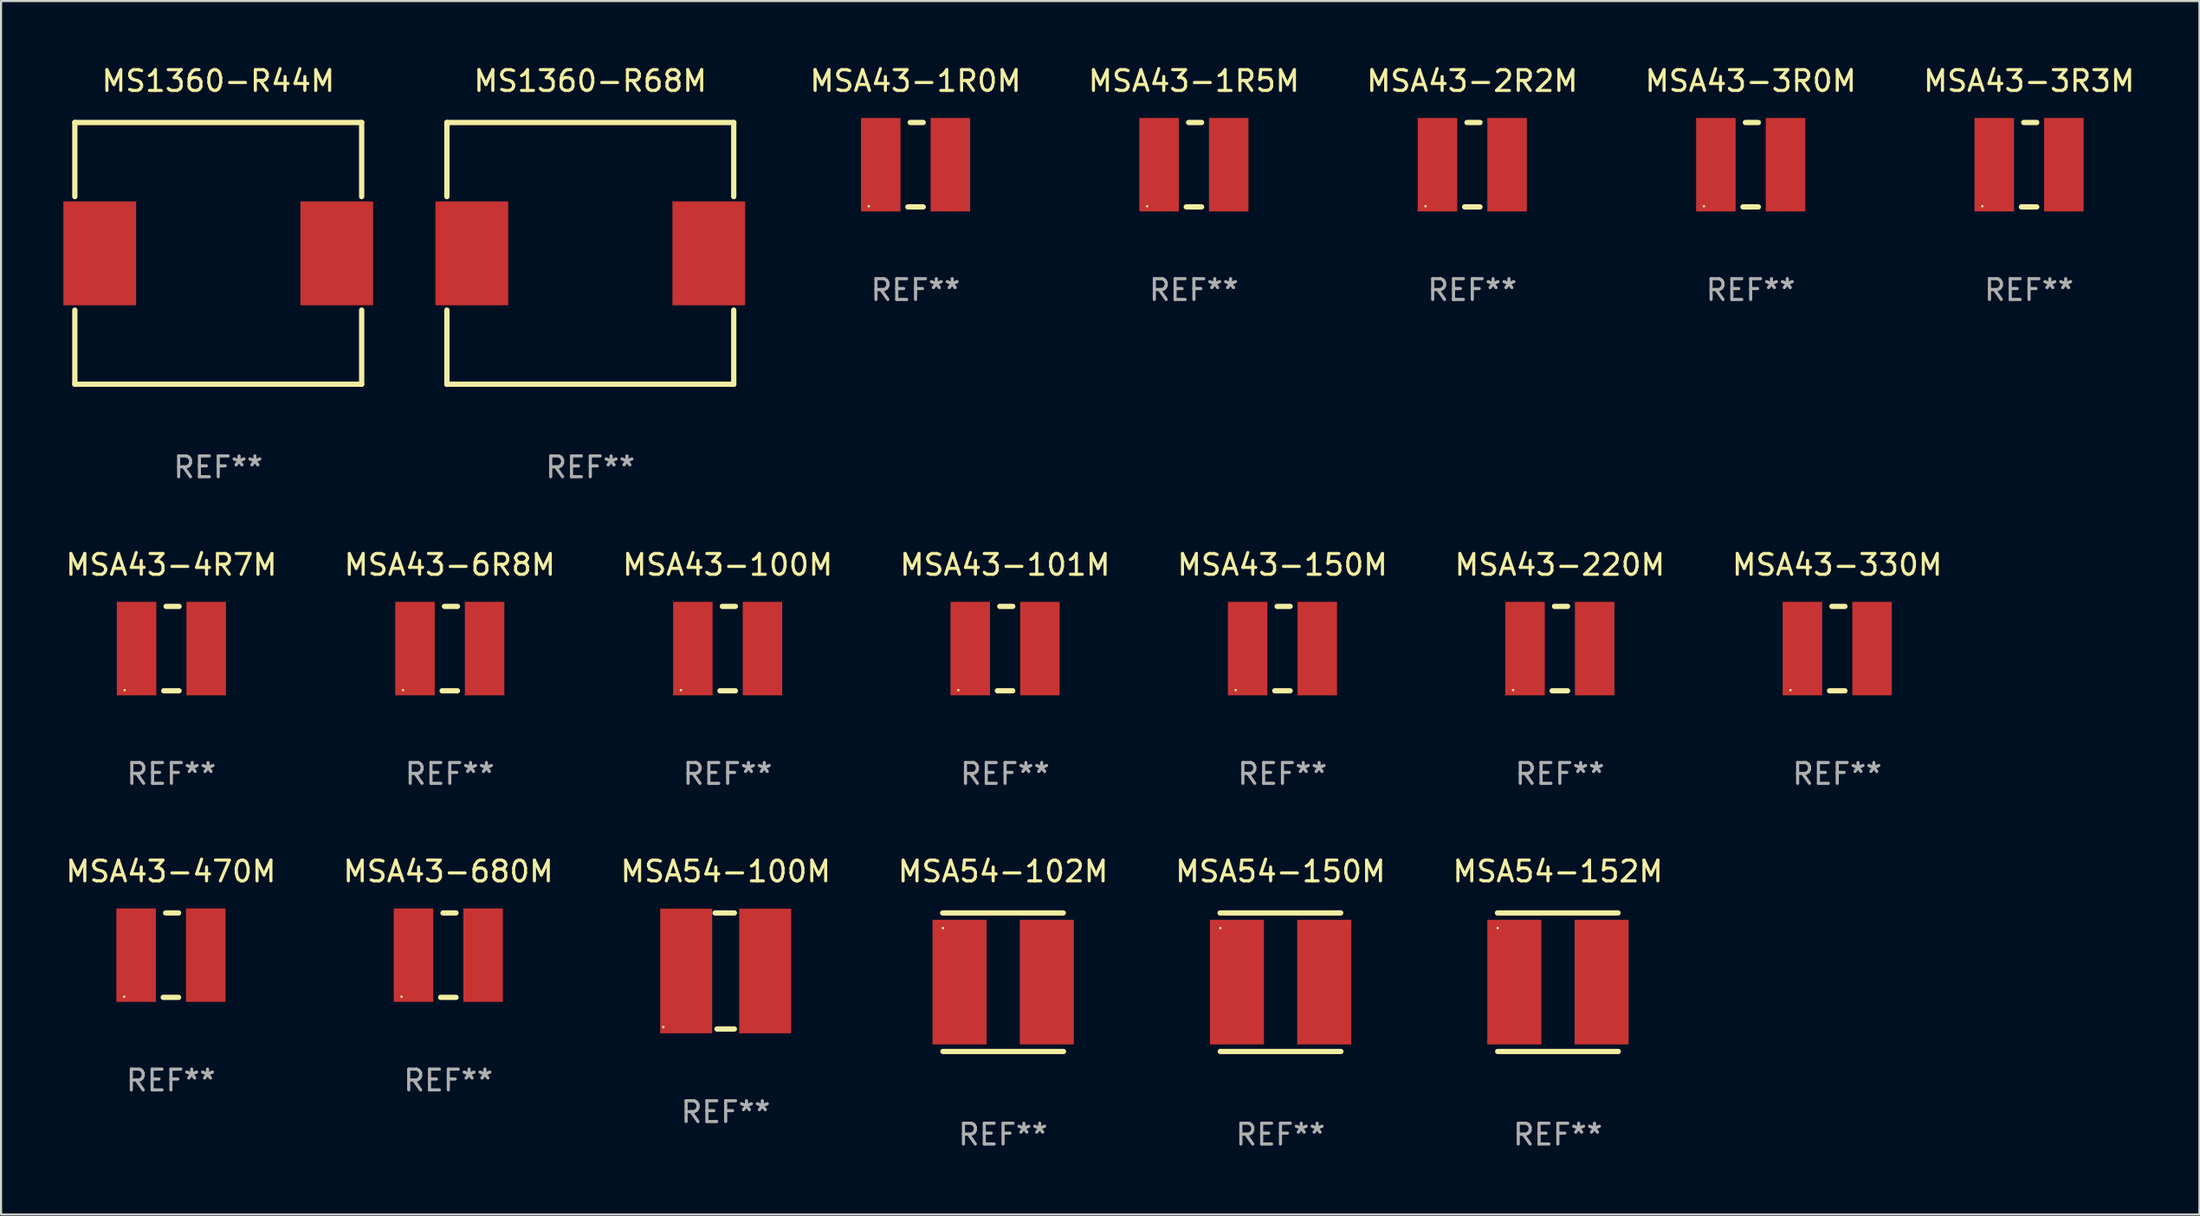
<source format=kicad_pcb>
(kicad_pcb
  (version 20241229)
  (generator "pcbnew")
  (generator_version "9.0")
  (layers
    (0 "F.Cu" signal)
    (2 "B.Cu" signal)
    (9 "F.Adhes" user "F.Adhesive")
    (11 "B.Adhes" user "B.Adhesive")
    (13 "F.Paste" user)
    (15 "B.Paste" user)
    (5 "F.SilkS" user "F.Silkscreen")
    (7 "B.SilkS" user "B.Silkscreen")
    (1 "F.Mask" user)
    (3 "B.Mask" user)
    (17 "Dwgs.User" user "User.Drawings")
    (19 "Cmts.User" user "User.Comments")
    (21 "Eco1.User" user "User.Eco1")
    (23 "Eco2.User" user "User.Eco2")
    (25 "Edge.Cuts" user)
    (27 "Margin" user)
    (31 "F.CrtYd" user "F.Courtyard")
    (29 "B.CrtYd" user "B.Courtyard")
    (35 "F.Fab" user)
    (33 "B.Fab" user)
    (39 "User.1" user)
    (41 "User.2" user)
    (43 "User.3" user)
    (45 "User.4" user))
  (footprint "MSA43-330M"
    (layer "F.Cu")
    (at 85.339 28.177)
    (property "Reference" "MSA43-330M" (at 0 -4.032 0) (layer "F.SilkS") (effects (font (size 1 1) (thickness 0.15))))
    (attr through_hole)
    (fp_line (start -0.369 2.032) (end 0.369 2.032) (stroke (width 0.254) (type solid)) (layer "F.SilkS"))
    (fp_line (start -0.254 -2.032) (end 0.369 -2.032) (stroke (width 0.254) (type solid)) (layer "F.SilkS"))
    (fp_circle (center -2.25 2) (end -2.22 2) (stroke (width 0.06) (type solid)) (fill no) (layer "F.SilkS"))
    (fp_text user "REF**" (at 0 6.032 0) (layer "F.Fab") (effects (font (size 1 1) (thickness 0.15))))
    (pad "1" smd rect (at -1.675 0 90) (size 4.5 1.9) (layers "F.Cu" "F.Mask" "F.Paste"))
    (pad "2" smd rect (at 1.675 0 90) (size 4.5 1.9) (layers "F.Cu" "F.Mask" "F.Paste")))
  (footprint "MSA43-101M"
    (layer "F.Cu")
    (at 45.304 28.177)
    (property "Reference" "MSA43-101M" (at 0 -4.032 0) (layer "F.SilkS") (effects (font (size 1 1) (thickness 0.15))))
    (attr through_hole)
    (fp_line (start -0.369 2.032) (end 0.369 2.032) (stroke (width 0.254) (type solid)) (layer "F.SilkS"))
    (fp_line (start -0.254 -2.032) (end 0.369 -2.032) (stroke (width 0.254) (type solid)) (layer "F.SilkS"))
    (fp_circle (center -2.25 2) (end -2.22 2) (stroke (width 0.06) (type solid)) (fill no) (layer "F.SilkS"))
    (fp_text user "REF**" (at 0 6.032 0) (layer "F.Fab") (effects (font (size 1 1) (thickness 0.15))))
    (pad "1" smd rect (at -1.675 0 90) (size 4.5 1.9) (layers "F.Cu" "F.Mask" "F.Paste"))
    (pad "2" smd rect (at 1.675 0 90) (size 4.5 1.9) (layers "F.Cu" "F.Mask" "F.Paste")))
  (footprint "MSA43-6R8M"
    (layer "F.Cu")
    (at 18.589 28.177)
    (property "Reference" "MSA43-6R8M" (at 0 -4.032 0) (layer "F.SilkS") (effects (font (size 1 1) (thickness 0.15))))
    (attr through_hole)
    (fp_line (start -0.369 2.032) (end 0.369 2.032) (stroke (width 0.254) (type solid)) (layer "F.SilkS"))
    (fp_line (start -0.254 -2.032) (end 0.369 -2.032) (stroke (width 0.254) (type solid)) (layer "F.SilkS"))
    (fp_circle (center -2.25 2) (end -2.22 2) (stroke (width 0.06) (type solid)) (fill no) (layer "F.SilkS"))
    (fp_text user "REF**" (at 0 6.032 0) (layer "F.Fab") (effects (font (size 1 1) (thickness 0.15))))
    (pad "1" smd rect (at -1.675 0 90) (size 4.5 1.9) (layers "F.Cu" "F.Mask" "F.Paste"))
    (pad "2" smd rect (at 1.675 0 90) (size 4.5 1.9) (layers "F.Cu" "F.Mask" "F.Paste")))
  (footprint "MSA43-220M"
    (layer "F.Cu")
    (at 71.994 28.177)
    (property "Reference" "MSA43-220M" (at 0 -4.032 0) (layer "F.SilkS") (effects (font (size 1 1) (thickness 0.15))))
    (attr through_hole)
    (fp_line (start -0.369 2.032) (end 0.369 2.032) (stroke (width 0.254) (type solid)) (layer "F.SilkS"))
    (fp_line (start -0.254 -2.032) (end 0.369 -2.032) (stroke (width 0.254) (type solid)) (layer "F.SilkS"))
    (fp_circle (center -2.25 2) (end -2.22 2) (stroke (width 0.06) (type solid)) (fill no) (layer "F.SilkS"))
    (fp_text user "REF**" (at 0 6.032 0) (layer "F.Fab") (effects (font (size 1 1) (thickness 0.15))))
    (pad "1" smd rect (at -1.675 0 90) (size 4.5 1.9) (layers "F.Cu" "F.Mask" "F.Paste"))
    (pad "2" smd rect (at 1.675 0 90) (size 4.5 1.9) (layers "F.Cu" "F.Mask" "F.Paste")))
  (footprint "MSA43-470M"
    (layer "F.Cu")
    (at 5.173 42.937)
    (property "Reference" "MSA43-470M" (at 0 -4.032 0) (layer "F.SilkS") (effects (font (size 1 1) (thickness 0.15))))
    (attr through_hole)
    (fp_line (start -0.369 2.032) (end 0.369 2.032) (stroke (width 0.254) (type solid)) (layer "F.SilkS"))
    (fp_line (start -0.254 -2.032) (end 0.369 -2.032) (stroke (width 0.254) (type solid)) (layer "F.SilkS"))
    (fp_circle (center -2.25 2) (end -2.22 2) (stroke (width 0.06) (type solid)) (fill no) (layer "F.SilkS"))
    (fp_text user "REF**" (at 0 6.032 0) (layer "F.Fab") (effects (font (size 1 1) (thickness 0.15))))
    (pad "1" smd rect (at -1.675 0 90) (size 4.5 1.9) (layers "F.Cu" "F.Mask" "F.Paste"))
    (pad "2" smd rect (at 1.675 0 90) (size 4.5 1.9) (layers "F.Cu" "F.Mask" "F.Paste")))
  (footprint "MSA43-100M"
    (layer "F.Cu")
    (at 31.958 28.177)
    (property "Reference" "MSA43-100M" (at 0 -4.032 0) (layer "F.SilkS") (effects (font (size 1 1) (thickness 0.15))))
    (attr through_hole)
    (fp_line (start -0.369 2.032) (end 0.369 2.032) (stroke (width 0.254) (type solid)) (layer "F.SilkS"))
    (fp_line (start -0.254 -2.032) (end 0.369 -2.032) (stroke (width 0.254) (type solid)) (layer "F.SilkS"))
    (fp_circle (center -2.25 2) (end -2.22 2) (stroke (width 0.06) (type solid)) (fill no) (layer "F.SilkS"))
    (fp_text user "REF**" (at 0 6.032 0) (layer "F.Fab") (effects (font (size 1 1) (thickness 0.15))))
    (pad "1" smd rect (at -1.675 0 90) (size 4.5 1.9) (layers "F.Cu" "F.Mask" "F.Paste"))
    (pad "2" smd rect (at 1.675 0 90) (size 4.5 1.9) (layers "F.Cu" "F.Mask" "F.Paste")))
  (footprint "MSA43-150M"
    (layer "F.Cu")
    (at 58.649 28.177)
    (property "Reference" "MSA43-150M" (at 0 -4.032 0) (layer "F.SilkS") (effects (font (size 1 1) (thickness 0.15))))
    (attr through_hole)
    (fp_line (start -0.369 2.032) (end 0.369 2.032) (stroke (width 0.254) (type solid)) (layer "F.SilkS"))
    (fp_line (start -0.254 -2.032) (end 0.369 -2.032) (stroke (width 0.254) (type solid)) (layer "F.SilkS"))
    (fp_circle (center -2.25 2) (end -2.22 2) (stroke (width 0.06) (type solid)) (fill no) (layer "F.SilkS"))
    (fp_text user "REF**" (at 0 6.032 0) (layer "F.Fab") (effects (font (size 1 1) (thickness 0.15))))
    (pad "1" smd rect (at -1.675 0 90) (size 4.5 1.9) (layers "F.Cu" "F.Mask" "F.Paste"))
    (pad "2" smd rect (at 1.675 0 90) (size 4.5 1.9) (layers "F.Cu" "F.Mask" "F.Paste")))
  (footprint "MSA43-2R2M"
    (layer "F.Cu")
    (at 67.782 4.88)
    (property "Reference" "MSA43-2R2M" (at 0 -4.032 0) (layer "F.SilkS") (effects (font (size 1 1) (thickness 0.15))))
    (attr through_hole)
    (fp_line (start -0.369 2.032) (end 0.369 2.032) (stroke (width 0.254) (type solid)) (layer "F.SilkS"))
    (fp_line (start -0.254 -2.032) (end 0.369 -2.032) (stroke (width 0.254) (type solid)) (layer "F.SilkS"))
    (fp_circle (center -2.25 2) (end -2.22 2) (stroke (width 0.06) (type solid)) (fill no) (layer "F.SilkS"))
    (fp_text user "REF**" (at 0 6.032 0) (layer "F.Fab") (effects (font (size 1 1) (thickness 0.15))))
    (pad "1" smd rect (at -1.675 0 90) (size 4.5 1.9) (layers "F.Cu" "F.Mask" "F.Paste"))
    (pad "2" smd rect (at 1.675 0 90) (size 4.5 1.9) (layers "F.Cu" "F.Mask" "F.Paste")))
  (footprint "MSA43-3R0M"
    (layer "F.Cu")
    (at 81.175 4.88)
    (property "Reference" "MSA43-3R0M" (at 0 -4.032 0) (layer "F.SilkS") (effects (font (size 1 1) (thickness 0.15))))
    (attr through_hole)
    (fp_line (start -0.369 2.032) (end 0.369 2.032) (stroke (width 0.254) (type solid)) (layer "F.SilkS"))
    (fp_line (start -0.254 -2.032) (end 0.369 -2.032) (stroke (width 0.254) (type solid)) (layer "F.SilkS"))
    (fp_circle (center -2.25 2) (end -2.22 2) (stroke (width 0.06) (type solid)) (fill no) (layer "F.SilkS"))
    (fp_text user "REF**" (at 0 6.032 0) (layer "F.Fab") (effects (font (size 1 1) (thickness 0.15))))
    (pad "1" smd rect (at -1.675 0 90) (size 4.5 1.9) (layers "F.Cu" "F.Mask" "F.Paste"))
    (pad "2" smd rect (at 1.675 0 90) (size 4.5 1.9) (layers "F.Cu" "F.Mask" "F.Paste")))
  (footprint "MSA54-150M"
    (layer "F.Cu")
    (at 58.554 44.24)
    (property "Reference" "MSA54-150M" (at 0 -5.335 0) (layer "F.SilkS") (effects (font (size 1 1) (thickness 0.15))))
    (attr through_hole)
    (fp_line (start -2.905 -3.335) (end 2.895 -3.335) (stroke (width 0.254) (type solid)) (layer "F.SilkS"))
    (fp_line (start 2.905 3.335) (end -2.895 3.335) (stroke (width 0.254) (type solid)) (layer "F.SilkS"))
    (fp_circle (center -2.895 -2.605) (end -2.865 -2.605) (stroke (width 0.06) (type solid)) (fill no) (layer "F.SilkS"))
    (fp_text user "REF**" (at 0 7.335 0) (layer "F.Fab") (effects (font (size 1 1) (thickness 0.15))))
    (pad "1" smd rect (at -2.095 -0.005 90) (size 6 2.6) (layers "F.Cu" "F.Mask" "F.Paste"))
    (pad "2" smd rect (at 2.105 -0.005 90) (size 6 2.6) (layers "F.Cu" "F.Mask" "F.Paste")))
  (footprint "MSA54-152M"
    (layer "F.Cu")
    (at 71.899 44.24)
    (property "Reference" "MSA54-152M" (at 0 -5.335 0) (layer "F.SilkS") (effects (font (size 1 1) (thickness 0.15))))
    (attr through_hole)
    (fp_line (start -2.905 -3.335) (end 2.895 -3.335) (stroke (width 0.254) (type solid)) (layer "F.SilkS"))
    (fp_line (start 2.905 3.335) (end -2.895 3.335) (stroke (width 0.254) (type solid)) (layer "F.SilkS"))
    (fp_circle (center -2.895 -2.605) (end -2.865 -2.605) (stroke (width 0.06) (type solid)) (fill no) (layer "F.SilkS"))
    (fp_text user "REF**" (at 0 7.335 0) (layer "F.Fab") (effects (font (size 1 1) (thickness 0.15))))
    (pad "1" smd rect (at -2.095 -0.005 90) (size 6 2.6) (layers "F.Cu" "F.Mask" "F.Paste"))
    (pad "2" smd rect (at 2.105 -0.005 90) (size 6 2.6) (layers "F.Cu" "F.Mask" "F.Paste")))
  (footprint "MSA54-100M"
    (layer "F.Cu")
    (at 31.863 43.699)
    (property "Reference" "MSA54-100M" (at 0 -4.794 0) (layer "F.SilkS") (effects (font (size 1 1) (thickness 0.15))))
    (attr through_hole)
    (fp_line (start -0.508 -2.794) (end 0.419 -2.794) (stroke (width 0.254) (type solid)) (layer "F.SilkS"))
    (fp_line (start -0.419 2.794) (end 0.419 2.794) (stroke (width 0.254) (type solid)) (layer "F.SilkS"))
    (fp_circle (center -3 2.7) (end -2.97 2.7) (stroke (width 0.06) (type solid)) (fill no) (layer "F.SilkS"))
    (fp_text user "REF**" (at 0 6.794 0) (layer "F.Fab") (effects (font (size 1 1) (thickness 0.15))))
    (pad "1" smd rect (at -1.9 0) (size 2.5 6) (layers "F.Cu" "F.Mask" "F.Paste"))
    (pad "2" smd rect (at 1.9 0) (size 2.5 6) (layers "F.Cu" "F.Mask" "F.Paste")))
  (footprint "MSA43-680M"
    (layer "F.Cu")
    (at 18.518 42.937)
    (property "Reference" "MSA43-680M" (at 0 -4.032 0) (layer "F.SilkS") (effects (font (size 1 1) (thickness 0.15))))
    (attr through_hole)
    (fp_line (start -0.369 2.032) (end 0.369 2.032) (stroke (width 0.254) (type solid)) (layer "F.SilkS"))
    (fp_line (start -0.254 -2.032) (end 0.369 -2.032) (stroke (width 0.254) (type solid)) (layer "F.SilkS"))
    (fp_circle (center -2.25 2) (end -2.22 2) (stroke (width 0.06) (type solid)) (fill no) (layer "F.SilkS"))
    (fp_text user "REF**" (at 0 6.032 0) (layer "F.Fab") (effects (font (size 1 1) (thickness 0.15))))
    (pad "1" smd rect (at -1.675 0 90) (size 4.5 1.9) (layers "F.Cu" "F.Mask" "F.Paste"))
    (pad "2" smd rect (at 1.675 0 90) (size 4.5 1.9) (layers "F.Cu" "F.Mask" "F.Paste")))
  (footprint "MSA43-4R7M"
    (layer "F.Cu")
    (at 5.196 28.177)
    (property "Reference" "MSA43-4R7M" (at 0 -4.032 0) (layer "F.SilkS") (effects (font (size 1 1) (thickness 0.15))))
    (attr through_hole)
    (fp_line (start -0.369 2.032) (end 0.369 2.032) (stroke (width 0.254) (type solid)) (layer "F.SilkS"))
    (fp_line (start -0.254 -2.032) (end 0.369 -2.032) (stroke (width 0.254) (type solid)) (layer "F.SilkS"))
    (fp_circle (center -2.25 2) (end -2.22 2) (stroke (width 0.06) (type solid)) (fill no) (layer "F.SilkS"))
    (fp_text user "REF**" (at 0 6.032 0) (layer "F.Fab") (effects (font (size 1 1) (thickness 0.15))))
    (pad "1" smd rect (at -1.675 0 90) (size 4.5 1.9) (layers "F.Cu" "F.Mask" "F.Paste"))
    (pad "2" smd rect (at 1.675 0 90) (size 4.5 1.9) (layers "F.Cu" "F.Mask" "F.Paste")))
  (footprint "MSA43-1R5M"
    (layer "F.Cu")
    (at 54.389 4.88)
    (property "Reference" "MSA43-1R5M" (at 0 -4.032 0) (layer "F.SilkS") (effects (font (size 1 1) (thickness 0.15))))
    (attr through_hole)
    (fp_line (start -0.369 2.032) (end 0.369 2.032) (stroke (width 0.254) (type solid)) (layer "F.SilkS"))
    (fp_line (start -0.254 -2.032) (end 0.369 -2.032) (stroke (width 0.254) (type solid)) (layer "F.SilkS"))
    (fp_circle (center -2.25 2) (end -2.22 2) (stroke (width 0.06) (type solid)) (fill no) (layer "F.SilkS"))
    (fp_text user "REF**" (at 0 6.032 0) (layer "F.Fab") (effects (font (size 1 1) (thickness 0.15))))
    (pad "1" smd rect (at -1.675 0 90) (size 4.5 1.9) (layers "F.Cu" "F.Mask" "F.Paste"))
    (pad "2" smd rect (at 1.675 0 90) (size 4.5 1.9) (layers "F.Cu" "F.Mask" "F.Paste")))
  (footprint "MS1360-R68M"
    (layer "F.Cu")
    (at 25.35 9.148)
    (property "Reference" "MS1360-R68M" (at 0 -8.3 0) (layer "F.SilkS") (effects (font (size 1 1) (thickness 0.15))))
    (attr through_hole)
    (fp_line (start -6.9 -6.3) (end -6.9 -2.731) (stroke (width 0.254) (type solid)) (layer "F.SilkS"))
    (fp_line (start -6.9 -6.3) (end 6.9 -6.3) (stroke (width 0.254) (type solid)) (layer "F.SilkS"))
    (fp_line (start -6.9 2.731) (end -6.9 6.3) (stroke (width 0.254) (type solid)) (layer "F.SilkS"))
    (fp_line (start 6.9 -6.3) (end 6.9 -2.731) (stroke (width 0.254) (type solid)) (layer "F.SilkS"))
    (fp_line (start 6.9 2.731) (end 6.9 6.3) (stroke (width 0.254) (type solid)) (layer "F.SilkS"))
    (fp_line (start 6.9 6.3) (end -6.9 6.3) (stroke (width 0.254) (type solid)) (layer "F.SilkS"))
    (fp_circle (center -6.825 6.3) (end -6.795 6.3) (stroke (width 0.06) (type solid)) (fill no) (layer "F.SilkS"))
    (fp_text user "REF**" (at 0 10.3 0) (layer "F.Fab") (effects (font (size 1 1) (thickness 0.15))))
    (pad "1" smd rect (at -5.7 0 90) (size 5 3.5) (layers "F.Cu" "F.Mask" "F.Paste"))
    (pad "2" smd rect (at 5.7 0 90) (size 5 3.5) (layers "F.Cu" "F.Mask" "F.Paste")))
  (footprint "MSA43-3R3M"
    (layer "F.Cu")
    (at 94.568 4.88)
    (property "Reference" "MSA43-3R3M" (at 0 -4.032 0) (layer "F.SilkS") (effects (font (size 1 1) (thickness 0.15))))
    (attr through_hole)
    (fp_line (start -0.369 2.032) (end 0.369 2.032) (stroke (width 0.254) (type solid)) (layer "F.SilkS"))
    (fp_line (start -0.254 -2.032) (end 0.369 -2.032) (stroke (width 0.254) (type solid)) (layer "F.SilkS"))
    (fp_circle (center -2.25 2) (end -2.22 2) (stroke (width 0.06) (type solid)) (fill no) (layer "F.SilkS"))
    (fp_text user "REF**" (at 0 6.032 0) (layer "F.Fab") (effects (font (size 1 1) (thickness 0.15))))
    (pad "1" smd rect (at -1.675 0 90) (size 4.5 1.9) (layers "F.Cu" "F.Mask" "F.Paste"))
    (pad "2" smd rect (at 1.675 0 90) (size 4.5 1.9) (layers "F.Cu" "F.Mask" "F.Paste")))
  (footprint "MSA43-1R0M"
    (layer "F.Cu")
    (at 40.997 4.88)
    (property "Reference" "MSA43-1R0M" (at 0 -4.032 0) (layer "F.SilkS") (effects (font (size 1 1) (thickness 0.15))))
    (attr through_hole)
    (fp_line (start -0.369 2.032) (end 0.369 2.032) (stroke (width 0.254) (type solid)) (layer "F.SilkS"))
    (fp_line (start -0.254 -2.032) (end 0.369 -2.032) (stroke (width 0.254) (type solid)) (layer "F.SilkS"))
    (fp_circle (center -2.25 2) (end -2.22 2) (stroke (width 0.06) (type solid)) (fill no) (layer "F.SilkS"))
    (fp_text user "REF**" (at 0 6.032 0) (layer "F.Fab") (effects (font (size 1 1) (thickness 0.15))))
    (pad "1" smd rect (at -1.675 0 90) (size 4.5 1.9) (layers "F.Cu" "F.Mask" "F.Paste"))
    (pad "2" smd rect (at 1.675 0 90) (size 4.5 1.9) (layers "F.Cu" "F.Mask" "F.Paste")))
  (footprint "MS1360-R44M"
    (layer "F.Cu")
    (at 7.45 9.148)
    (property "Reference" "MS1360-R44M" (at 0 -8.3 0) (layer "F.SilkS") (effects (font (size 1 1) (thickness 0.15))))
    (attr through_hole)
    (fp_line (start -6.9 -6.3) (end -6.9 -2.731) (stroke (width 0.254) (type solid)) (layer "F.SilkS"))
    (fp_line (start -6.9 -6.3) (end 6.9 -6.3) (stroke (width 0.254) (type solid)) (layer "F.SilkS"))
    (fp_line (start -6.9 2.731) (end -6.9 6.3) (stroke (width 0.254) (type solid)) (layer "F.SilkS"))
    (fp_line (start 6.9 -6.3) (end 6.9 -2.731) (stroke (width 0.254) (type solid)) (layer "F.SilkS"))
    (fp_line (start 6.9 2.731) (end 6.9 6.3) (stroke (width 0.254) (type solid)) (layer "F.SilkS"))
    (fp_line (start 6.9 6.3) (end -6.9 6.3) (stroke (width 0.254) (type solid)) (layer "F.SilkS"))
    (fp_circle (center -6.825 6.3) (end -6.795 6.3) (stroke (width 0.06) (type solid)) (fill no) (layer "F.SilkS"))
    (fp_text user "REF**" (at 0 10.3 0) (layer "F.Fab") (effects (font (size 1 1) (thickness 0.15))))
    (pad "1" smd rect (at -5.7 0 90) (size 5 3.5) (layers "F.Cu" "F.Mask" "F.Paste"))
    (pad "2" smd rect (at 5.7 0 90) (size 5 3.5) (layers "F.Cu" "F.Mask" "F.Paste")))
  (footprint "MSA54-102M"
    (layer "F.Cu")
    (at 45.208 44.24)
    (property "Reference" "MSA54-102M" (at 0 -5.335 0) (layer "F.SilkS") (effects (font (size 1 1) (thickness 0.15))))
    (attr through_hole)
    (fp_line (start -2.905 -3.335) (end 2.895 -3.335) (stroke (width 0.254) (type solid)) (layer "F.SilkS"))
    (fp_line (start 2.905 3.335) (end -2.895 3.335) (stroke (width 0.254) (type solid)) (layer "F.SilkS"))
    (fp_circle (center -2.895 -2.605) (end -2.865 -2.605) (stroke (width 0.06) (type solid)) (fill no) (layer "F.SilkS"))
    (fp_text user "REF**" (at 0 7.335 0) (layer "F.Fab") (effects (font (size 1 1) (thickness 0.15))))
    (pad "1" smd rect (at -2.095 -0.005 90) (size 6 2.6) (layers "F.Cu" "F.Mask" "F.Paste"))
    (pad "2" smd rect (at 2.105 -0.005 90) (size 6 2.6) (layers "F.Cu" "F.Mask" "F.Paste")))
  (gr_rect
    (start -3 -3)
    (end 102.764 55.424)
    (stroke (width 0.1) (type default))
    (fill no)
    (layer "Edge.Cuts")))
</source>
